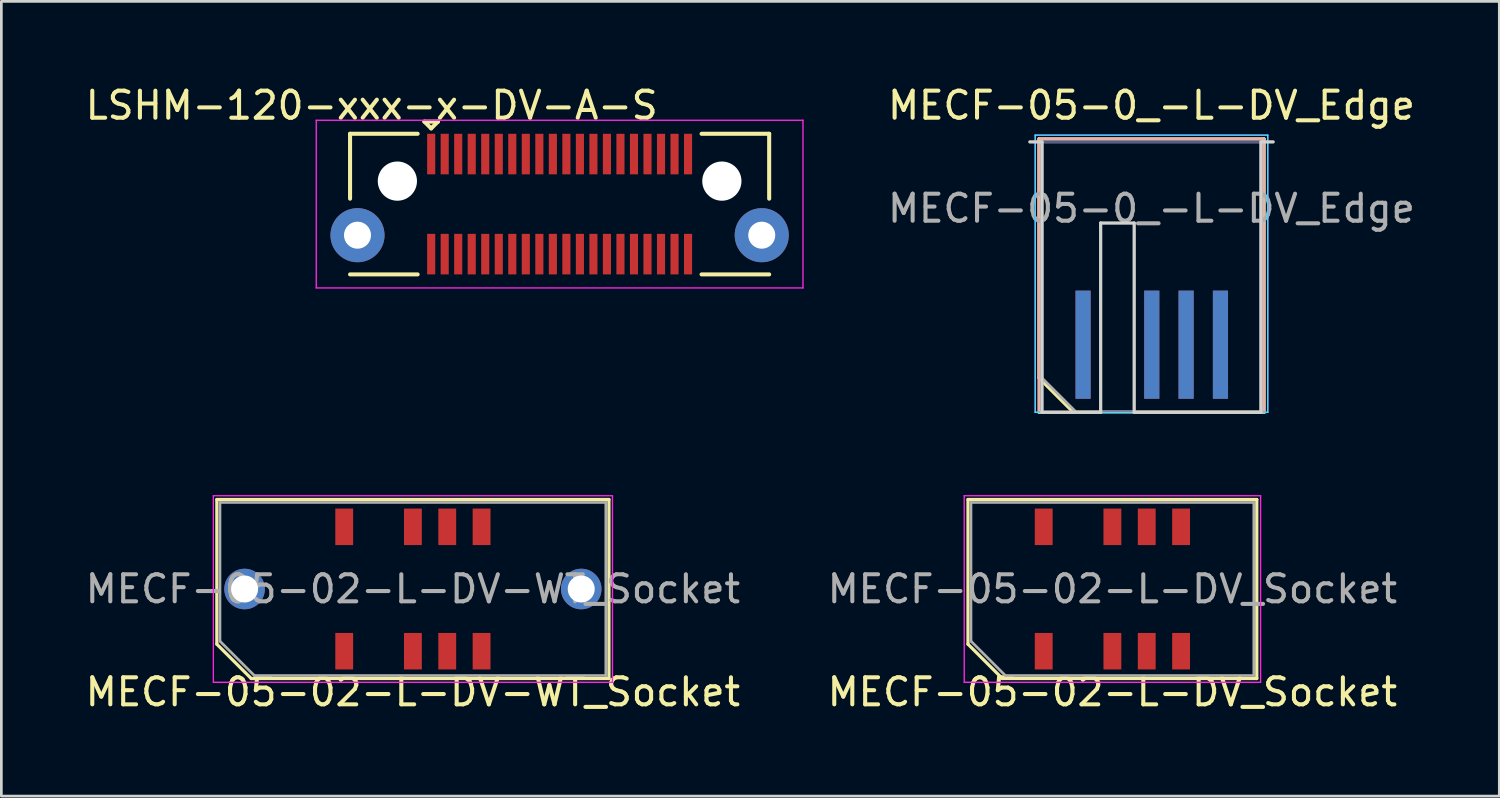
<source format=kicad_pcb>
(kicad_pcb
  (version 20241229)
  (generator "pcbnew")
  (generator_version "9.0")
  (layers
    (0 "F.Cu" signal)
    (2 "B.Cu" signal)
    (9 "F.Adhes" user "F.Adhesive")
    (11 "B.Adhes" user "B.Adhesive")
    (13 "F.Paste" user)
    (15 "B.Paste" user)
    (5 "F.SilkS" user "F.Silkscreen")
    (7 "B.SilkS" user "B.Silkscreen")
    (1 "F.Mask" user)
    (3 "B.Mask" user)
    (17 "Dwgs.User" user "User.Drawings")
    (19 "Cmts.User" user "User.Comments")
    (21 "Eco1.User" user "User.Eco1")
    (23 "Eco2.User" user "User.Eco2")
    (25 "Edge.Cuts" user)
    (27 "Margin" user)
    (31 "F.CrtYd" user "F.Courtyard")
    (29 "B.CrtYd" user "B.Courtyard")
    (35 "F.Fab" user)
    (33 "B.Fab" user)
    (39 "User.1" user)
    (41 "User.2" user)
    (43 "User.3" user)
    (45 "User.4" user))
  (footprint "MECF-05-02-L-DV-WT_Socket"
    (layer "F.Cu")
    (at 12.22 18.733)
    (property "Reference" "MECF-05-02-L-DV-WT_Socket" (at 0 3.81 0) (layer "F.SilkS") (effects (font (size 1 1) (thickness 0.15))))
    (attr smd)
    (fp_line (start -7.25 -3.31) (end 7.25 -3.31) (stroke (width 0.12) (type solid)) (layer "F.SilkS"))
    (fp_line (start -7.25 2.04) (end -7.25 -3.31) (stroke (width 0.12) (type solid)) (layer "F.SilkS"))
    (fp_line (start -5.98 3.31) (end -7.25 2.04) (stroke (width 0.12) (type solid)) (layer "F.SilkS"))
    (fp_line (start -5.98 3.31) (end 7.25 3.31) (stroke (width 0.12) (type solid)) (layer "F.SilkS"))
    (fp_line (start 7.25 3.31) (end 7.25 -3.31) (stroke (width 0.12) (type solid)) (layer "F.SilkS"))
    (fp_line (start -7.38 -3.45) (end -7.38 3.45) (stroke (width 0.05) (type solid)) (layer "F.CrtYd"))
    (fp_line (start -7.38 3.45) (end 7.38 3.45) (stroke (width 0.05) (type solid)) (layer "F.CrtYd"))
    (fp_line (start 7.38 -3.45) (end -7.38 -3.45) (stroke (width 0.05) (type solid)) (layer "F.CrtYd"))
    (fp_line (start 7.38 3.45) (end 7.38 -3.45) (stroke (width 0.05) (type solid)) (layer "F.CrtYd"))
    (fp_line (start -7.135 -3.2) (end 7.135 -3.2) (stroke (width 0.1) (type solid)) (layer "F.Fab"))
    (fp_line (start -7.135 1.93) (end -7.135 -3.2) (stroke (width 0.1) (type solid)) (layer "F.Fab"))
    (fp_line (start -7.135 1.93) (end -5.865 3.2) (stroke (width 0.1) (type solid)) (layer "F.Fab"))
    (fp_line (start -5.865 3.2) (end 7.135 3.2) (stroke (width 0.1) (type solid)) (layer "F.Fab"))
    (fp_line (start 7.135 3.2) (end 7.135 -3.2) (stroke (width 0.1) (type solid)) (layer "F.Fab"))
    (fp_text user "${REFERENCE}" (at 0 0 0) (layer "F.Fab") (effects (font (size 1 1) (thickness 0.15))))
    (pad "" thru_hole circle (at -6.225 0) (size 1.5 1.5) (drill 1) (layers "*.Cu" "*.Mask"))
    (pad "" np_thru_hole circle (at -4.32 0) (size 0.001 0.001) (drill 1.45) (layers "*.Cu" "*.Mask"))
    (pad "" np_thru_hole circle (at 4.32 1) (size 0.001 0.001) (drill 1.45) (layers "*.Cu" "*.Mask"))
    (pad "" thru_hole circle (at 6.225 0) (size 1.5 1.5) (drill 1) (layers "*.Cu" "*.Mask"))
    (pad "1" smd rect (at -2.54 2.3) (size 0.66 1.35) (layers "F.Cu" "F.Mask" "F.Paste"))
    (pad "2" smd rect (at -2.54 -2.3) (size 0.66 1.35) (layers "F.Cu" "F.Mask" "F.Paste"))
    (pad "5" smd rect (at 0 2.3) (size 0.66 1.35) (layers "F.Cu" "F.Mask" "F.Paste"))
    (pad "6" smd rect (at 0 -2.3) (size 0.66 1.35) (layers "F.Cu" "F.Mask" "F.Paste"))
    (pad "7" smd rect (at 1.27 2.3) (size 0.66 1.35) (layers "F.Cu" "F.Mask" "F.Paste"))
    (pad "8" smd rect (at 1.27 -2.3) (size 0.66 1.35) (layers "F.Cu" "F.Mask" "F.Paste"))
    (pad "9" smd rect (at 2.54 2.3) (size 0.66 1.35) (layers "F.Cu" "F.Mask" "F.Paste"))
    (pad "10" smd rect (at 2.54 -2.3) (size 0.66 1.35) (layers "F.Cu" "F.Mask" "F.Paste")))
  (footprint "MECF-05-02-L-DV_Socket"
    (layer "F.Cu")
    (at 38.089 18.733)
    (property "Reference" "MECF-05-02-L-DV_Socket" (at 0 3.81 0) (layer "F.SilkS") (effects (font (size 1 1) (thickness 0.15))))
    (attr smd)
    (fp_line (start -5.34 -3.31) (end 5.34 -3.31) (stroke (width 0.12) (type solid)) (layer "F.SilkS"))
    (fp_line (start -5.34 2.04) (end -5.34 -3.31) (stroke (width 0.12) (type solid)) (layer "F.SilkS"))
    (fp_line (start -4.07 3.31) (end -5.34 2.04) (stroke (width 0.12) (type solid)) (layer "F.SilkS"))
    (fp_line (start -4.07 3.31) (end 5.34 3.31) (stroke (width 0.12) (type solid)) (layer "F.SilkS"))
    (fp_line (start 5.34 3.31) (end 5.34 -3.31) (stroke (width 0.12) (type solid)) (layer "F.SilkS"))
    (fp_line (start -5.48 -3.45) (end -5.48 3.45) (stroke (width 0.05) (type solid)) (layer "F.CrtYd"))
    (fp_line (start -5.48 3.45) (end 5.48 3.45) (stroke (width 0.05) (type solid)) (layer "F.CrtYd"))
    (fp_line (start 5.48 -3.45) (end -5.48 -3.45) (stroke (width 0.05) (type solid)) (layer "F.CrtYd"))
    (fp_line (start 5.48 3.45) (end 5.48 -3.45) (stroke (width 0.05) (type solid)) (layer "F.CrtYd"))
    (fp_line (start -5.23 -3.2) (end 5.23 -3.2) (stroke (width 0.1) (type solid)) (layer "F.Fab"))
    (fp_line (start -5.23 1.93) (end -5.23 -3.2) (stroke (width 0.1) (type solid)) (layer "F.Fab"))
    (fp_line (start -5.23 1.93) (end -3.96 3.2) (stroke (width 0.1) (type solid)) (layer "F.Fab"))
    (fp_line (start -3.96 3.2) (end 5.23 3.2) (stroke (width 0.1) (type solid)) (layer "F.Fab"))
    (fp_line (start 5.23 3.2) (end 5.23 -3.2) (stroke (width 0.1) (type solid)) (layer "F.Fab"))
    (fp_text user "${REFERENCE}" (at 0 0 0) (layer "F.Fab") (effects (font (size 1 1) (thickness 0.15))))
    (pad "" np_thru_hole circle (at -4.32 0) (size 0.001 0.001) (drill 1.45) (layers "*.Cu" "*.Mask"))
    (pad "" np_thru_hole circle (at 4.32 1) (size 0.001 0.001) (drill 1.45) (layers "*.Cu" "*.Mask"))
    (pad "1" smd rect (at -2.54 2.3) (size 0.66 1.35) (layers "F.Cu" "F.Mask" "F.Paste"))
    (pad "2" smd rect (at -2.54 -2.3) (size 0.66 1.35) (layers "F.Cu" "F.Mask" "F.Paste"))
    (pad "5" smd rect (at 0 2.3) (size 0.66 1.35) (layers "F.Cu" "F.Mask" "F.Paste"))
    (pad "6" smd rect (at 0 -2.3) (size 0.66 1.35) (layers "F.Cu" "F.Mask" "F.Paste"))
    (pad "7" smd rect (at 1.27 2.3) (size 0.66 1.35) (layers "F.Cu" "F.Mask" "F.Paste"))
    (pad "8" smd rect (at 1.27 -2.3) (size 0.66 1.35) (layers "F.Cu" "F.Mask" "F.Paste"))
    (pad "9" smd rect (at 2.54 2.3) (size 0.66 1.35) (layers "F.Cu" "F.Mask" "F.Paste"))
    (pad "10" smd rect (at 2.54 -2.3) (size 0.66 1.35) (layers "F.Cu" "F.Mask" "F.Paste")))
  (footprint "MECF-05-0_-L-DV_Edge"
    (layer "F.Cu")
    (at 39.535 7.198)
    (property "Reference" "MECF-05-0_-L-DV_Edge" (at 0 -6.35 0) (layer "F.SilkS") (effects (font (size 1 1) (thickness 0.15))))
    (attr exclude_from_pos_files exclude_from_bom)
    (fp_line (start -4.16 -5.11) (end 4.16 -5.11) (stroke (width 0.12) (type solid)) (layer "F.SilkS"))
    (fp_line (start -4.16 3.73) (end -4.16 -5.11) (stroke (width 0.12) (type solid)) (layer "F.SilkS"))
    (fp_line (start -2.89 5) (end -4.16 3.73) (stroke (width 0.12) (type solid)) (layer "F.SilkS"))
    (fp_line (start -2.89 5) (end 4.16 5) (stroke (width 0.12) (type solid)) (layer "F.SilkS"))
    (fp_line (start 4.16 5) (end 4.16 -5.11) (stroke (width 0.12) (type solid)) (layer "F.SilkS"))
    (fp_line (start -4.16 -5.11) (end 4.16 -5.11) (stroke (width 0.12) (type solid)) (layer "B.SilkS"))
    (fp_line (start -4.16 5) (end -4.16 -5.11) (stroke (width 0.12) (type solid)) (layer "B.SilkS"))
    (fp_line (start -4.16 5) (end 4.16 5) (stroke (width 0.12) (type solid)) (layer "B.SilkS"))
    (fp_line (start 4.16 5) (end 4.16 -5.11) (stroke (width 0.12) (type solid)) (layer "B.SilkS"))
    (fp_line (start -4.5 -5) (end -4.05 -5) (stroke (width 0.12) (type solid)) (layer "Edge.Cuts"))
    (fp_line (start -4.05 5) (end -4.05 -5) (stroke (width 0.12) (type solid)) (layer "Edge.Cuts"))
    (fp_line (start -4.05 5) (end -1.88 5) (stroke (width 0.12) (type solid)) (layer "Edge.Cuts"))
    (fp_line (start -1.88 -2) (end -0.64 -2) (stroke (width 0.12) (type solid)) (layer "Edge.Cuts"))
    (fp_line (start -1.88 5) (end -1.88 -2) (stroke (width 0.12) (type solid)) (layer "Edge.Cuts"))
    (fp_line (start -0.64 5) (end -0.64 -2) (stroke (width 0.12) (type solid)) (layer "Edge.Cuts"))
    (fp_line (start -0.64 5) (end 4.05 5) (stroke (width 0.12) (type solid)) (layer "Edge.Cuts"))
    (fp_line (start 4.05 5) (end 4.05 -5) (stroke (width 0.12) (type solid)) (layer "Edge.Cuts"))
    (fp_line (start 4.5 -5) (end 4.05 -5) (stroke (width 0.12) (type solid)) (layer "Edge.Cuts"))
    (fp_line (start -4.3 -5.25) (end -4.3 5) (stroke (width 0.05) (type solid)) (layer "B.CrtYd"))
    (fp_line (start -4.3 5) (end 4.3 5) (stroke (width 0.05) (type solid)) (layer "B.CrtYd"))
    (fp_line (start 4.3 -5.25) (end -4.3 -5.25) (stroke (width 0.05) (type solid)) (layer "B.CrtYd"))
    (fp_line (start 4.3 5) (end 4.3 -5.25) (stroke (width 0.05) (type solid)) (layer "B.CrtYd"))
    (fp_line (start -4.3 -5.25) (end -4.3 5) (stroke (width 0.05) (type solid)) (layer "F.CrtYd"))
    (fp_line (start -4.3 5) (end 4.3 5) (stroke (width 0.05) (type solid)) (layer "F.CrtYd"))
    (fp_line (start 4.3 -5.25) (end -4.3 -5.25) (stroke (width 0.05) (type solid)) (layer "F.CrtYd"))
    (fp_line (start 4.3 5) (end 4.3 -5.25) (stroke (width 0.05) (type solid)) (layer "F.CrtYd"))
    (fp_line (start -4.05 -5) (end 4.05 -5) (stroke (width 0.1) (type solid)) (layer "B.Fab"))
    (fp_line (start -4.05 5) (end -4.05 -5) (stroke (width 0.1) (type solid)) (layer "B.Fab"))
    (fp_line (start -4.05 5) (end 4.05 5) (stroke (width 0.1) (type solid)) (layer "B.Fab"))
    (fp_line (start 4.05 5) (end 4.05 -5) (stroke (width 0.1) (type solid)) (layer "B.Fab"))
    (fp_line (start -4.05 -5) (end 4.05 -5) (stroke (width 0.1) (type solid)) (layer "F.Fab"))
    (fp_line (start -4.05 3.73) (end -4.05 -5) (stroke (width 0.1) (type solid)) (layer "F.Fab"))
    (fp_line (start -4.05 3.73) (end -2.78 5) (stroke (width 0.1) (type solid)) (layer "F.Fab"))
    (fp_line (start -2.78 5) (end 4.05 5) (stroke (width 0.1) (type solid)) (layer "F.Fab"))
    (fp_line (start 4.05 5) (end 4.05 -5) (stroke (width 0.1) (type solid)) (layer "F.Fab"))
    (fp_text user "${REFERENCE}" (at 0 -2.54 0) (layer "F.Fab") (effects (font (size 1 1) (thickness 0.15))))
    (pad "1" smd rect (at -2.53 2.5) (size 0.56 4) (layers "F.Cu" "F.Mask" "F.Paste"))
    (pad "2" smd rect (at -2.53 2.5) (size 0.56 4) (layers "B.Cu" "B.Mask" "B.Paste"))
    (pad "5" smd rect (at 0.01 2.5) (size 0.56 4) (layers "F.Cu" "F.Mask" "F.Paste"))
    (pad "6" smd rect (at 0.01 2.5) (size 0.56 4) (layers "B.Cu" "B.Mask" "B.Paste"))
    (pad "7" smd rect (at 1.28 2.5) (size 0.56 4) (layers "F.Cu" "F.Mask" "F.Paste"))
    (pad "8" smd rect (at 1.28 2.5) (size 0.56 4) (layers "B.Cu" "B.Mask" "B.Paste"))
    (pad "9" smd rect (at 2.55 2.5) (size 0.56 4) (layers "F.Cu" "F.Mask" "F.Paste"))
    (pad "10" smd rect (at 2.55 2.5) (size 0.56 4) (layers "B.Cu" "B.Mask" "B.Paste")))
  (footprint "LSHM-120-xxx-x-DV-A-S"
    (layer "F.Cu")
    (at 17.646 4.498)
    (property "Reference" "LSHM-120-xxx-x-DV-A-S" (at -6.95 -3.65 0) (layer "F.SilkS") (effects (font (size 1 1) (thickness 0.15))))
    (attr smd)
    (fp_line (start -7.75 -2.6) (end -5.25 -2.6) (stroke (width 0.15) (type solid)) (layer "F.SilkS"))
    (fp_line (start -7.75 -0.2) (end -7.75 -2.6) (stroke (width 0.15) (type solid)) (layer "F.SilkS"))
    (fp_line (start -7.75 2.6) (end -5.25 2.6) (stroke (width 0.15) (type solid)) (layer "F.SilkS"))
    (fp_line (start -5 -3.05) (end -4.75 -2.8) (stroke (width 0.15) (type solid)) (layer "F.SilkS"))
    (fp_line (start -4.75 -2.8) (end -4.5 -3.05) (stroke (width 0.15) (type solid)) (layer "F.SilkS"))
    (fp_line (start -4.5 -3.05) (end -5 -3.05) (stroke (width 0.15) (type solid)) (layer "F.SilkS"))
    (fp_line (start 7.75 -2.6) (end 5.25 -2.6) (stroke (width 0.15) (type solid)) (layer "F.SilkS"))
    (fp_line (start 7.75 -0.2) (end 7.75 -2.6) (stroke (width 0.15) (type solid)) (layer "F.SilkS"))
    (fp_line (start 7.75 2.6) (end 5.25 2.6) (stroke (width 0.15) (type solid)) (layer "F.SilkS"))
    (fp_line (start -9 -3.1) (end 9 -3.1) (stroke (width 0.05) (type solid)) (layer "F.CrtYd"))
    (fp_line (start -9 3.1) (end -9 -3.1) (stroke (width 0.05) (type solid)) (layer "F.CrtYd"))
    (fp_line (start -9 3.1) (end 9 3.1) (stroke (width 0.05) (type solid)) (layer "F.CrtYd"))
    (fp_line (start 9 3.1) (end 9 -3.1) (stroke (width 0.05) (type solid)) (layer "F.CrtYd"))
    (pad "" np_thru_hole circle (at -6 -0.85) (size 1.45 1.45) (drill 1.45) (layers "*.Cu" "*.Mask"))
    (pad "" np_thru_hole circle (at 6 -0.85) (size 1.45 1.45) (drill 1.45) (layers "*.Cu" "*.Mask"))
    (pad "1" smd rect (at -4.75 -1.85) (size 0.3 1.5) (layers "F.Cu" "F.Mask" "F.Paste"))
    (pad "2" smd rect (at -4.75 1.85) (size 0.3 1.5) (layers "F.Cu" "F.Mask" "F.Paste"))
    (pad "3" smd rect (at -4.25 -1.85) (size 0.3 1.5) (layers "F.Cu" "F.Mask" "F.Paste"))
    (pad "4" smd rect (at -4.25 1.85) (size 0.3 1.5) (layers "F.Cu" "F.Mask" "F.Paste"))
    (pad "5" smd rect (at -3.75 -1.85) (size 0.3 1.5) (layers "F.Cu" "F.Mask" "F.Paste"))
    (pad "6" smd rect (at -3.75 1.85) (size 0.3 1.5) (layers "F.Cu" "F.Mask" "F.Paste"))
    (pad "7" smd rect (at -3.25 -1.85) (size 0.3 1.5) (layers "F.Cu" "F.Mask" "F.Paste"))
    (pad "8" smd rect (at -3.25 1.85) (size 0.3 1.5) (layers "F.Cu" "F.Mask" "F.Paste"))
    (pad "9" smd rect (at -2.75 -1.85) (size 0.3 1.5) (layers "F.Cu" "F.Mask" "F.Paste"))
    (pad "10" smd rect (at -2.75 1.85) (size 0.3 1.5) (layers "F.Cu" "F.Mask" "F.Paste"))
    (pad "11" smd rect (at -2.25 -1.85) (size 0.3 1.5) (layers "F.Cu" "F.Mask" "F.Paste"))
    (pad "12" smd rect (at -2.25 1.85) (size 0.3 1.5) (layers "F.Cu" "F.Mask" "F.Paste"))
    (pad "13" smd rect (at -1.75 -1.85) (size 0.3 1.5) (layers "F.Cu" "F.Mask" "F.Paste"))
    (pad "14" smd rect (at -1.75 1.85) (size 0.3 1.5) (layers "F.Cu" "F.Mask" "F.Paste"))
    (pad "15" smd rect (at -1.25 -1.85) (size 0.3 1.5) (layers "F.Cu" "F.Mask" "F.Paste"))
    (pad "16" smd rect (at -1.25 1.85) (size 0.3 1.5) (layers "F.Cu" "F.Mask" "F.Paste"))
    (pad "17" smd rect (at -0.75 -1.85) (size 0.3 1.5) (layers "F.Cu" "F.Mask" "F.Paste"))
    (pad "18" smd rect (at -0.75 1.85) (size 0.3 1.5) (layers "F.Cu" "F.Mask" "F.Paste"))
    (pad "19" smd rect (at -0.25 -1.85) (size 0.3 1.5) (layers "F.Cu" "F.Mask" "F.Paste"))
    (pad "20" smd rect (at -0.25 1.85) (size 0.3 1.5) (layers "F.Cu" "F.Mask" "F.Paste"))
    (pad "21" smd rect (at 0.25 -1.85) (size 0.3 1.5) (layers "F.Cu" "F.Mask" "F.Paste"))
    (pad "22" smd rect (at 0.25 1.85) (size 0.3 1.5) (layers "F.Cu" "F.Mask" "F.Paste"))
    (pad "23" smd rect (at 0.75 -1.85) (size 0.3 1.5) (layers "F.Cu" "F.Mask" "F.Paste"))
    (pad "24" smd rect (at 0.75 1.85) (size 0.3 1.5) (layers "F.Cu" "F.Mask" "F.Paste"))
    (pad "25" smd rect (at 1.25 -1.85) (size 0.3 1.5) (layers "F.Cu" "F.Mask" "F.Paste"))
    (pad "26" smd rect (at 1.25 1.85) (size 0.3 1.5) (layers "F.Cu" "F.Mask" "F.Paste"))
    (pad "27" smd rect (at 1.75 -1.85) (size 0.3 1.5) (layers "F.Cu" "F.Mask" "F.Paste"))
    (pad "28" smd rect (at 1.75 1.85) (size 0.3 1.5) (layers "F.Cu" "F.Mask" "F.Paste"))
    (pad "29" smd rect (at 2.25 -1.85) (size 0.3 1.5) (layers "F.Cu" "F.Mask" "F.Paste"))
    (pad "30" smd rect (at 2.25 1.85) (size 0.3 1.5) (layers "F.Cu" "F.Mask" "F.Paste"))
    (pad "31" smd rect (at 2.75 -1.85) (size 0.3 1.5) (layers "F.Cu" "F.Mask" "F.Paste"))
    (pad "32" smd rect (at 2.75 1.85) (size 0.3 1.5) (layers "F.Cu" "F.Mask" "F.Paste"))
    (pad "33" smd rect (at 3.25 -1.85) (size 0.3 1.5) (layers "F.Cu" "F.Mask" "F.Paste"))
    (pad "34" smd rect (at 3.25 1.85) (size 0.3 1.5) (layers "F.Cu" "F.Mask" "F.Paste"))
    (pad "35" smd rect (at 3.75 -1.85) (size 0.3 1.5) (layers "F.Cu" "F.Mask" "F.Paste"))
    (pad "36" smd rect (at 3.75 1.85) (size 0.3 1.5) (layers "F.Cu" "F.Mask" "F.Paste"))
    (pad "37" smd rect (at 4.25 -1.85) (size 0.3 1.5) (layers "F.Cu" "F.Mask" "F.Paste"))
    (pad "38" smd rect (at 4.25 1.85) (size 0.3 1.5) (layers "F.Cu" "F.Mask" "F.Paste"))
    (pad "39" smd rect (at 4.75 -1.85) (size 0.3 1.5) (layers "F.Cu" "F.Mask" "F.Paste"))
    (pad "40" smd rect (at 4.75 1.85) (size 0.3 1.5) (layers "F.Cu" "F.Mask" "F.Paste"))
    (pad "41" thru_hole circle (at -7.475 1.15) (size 2 2) (drill 1) (layers "*.Cu" "*.Mask"))
    (pad "41" thru_hole circle (at 7.475 1.15) (size 2 2) (drill 1) (layers "*.Cu" "*.Mask")))
  (gr_rect
    (start -3 -3)
    (end 52.398 26.392)
    (stroke (width 0.1) (type default))
    (fill no)
    (layer "Edge.Cuts")))
</source>
